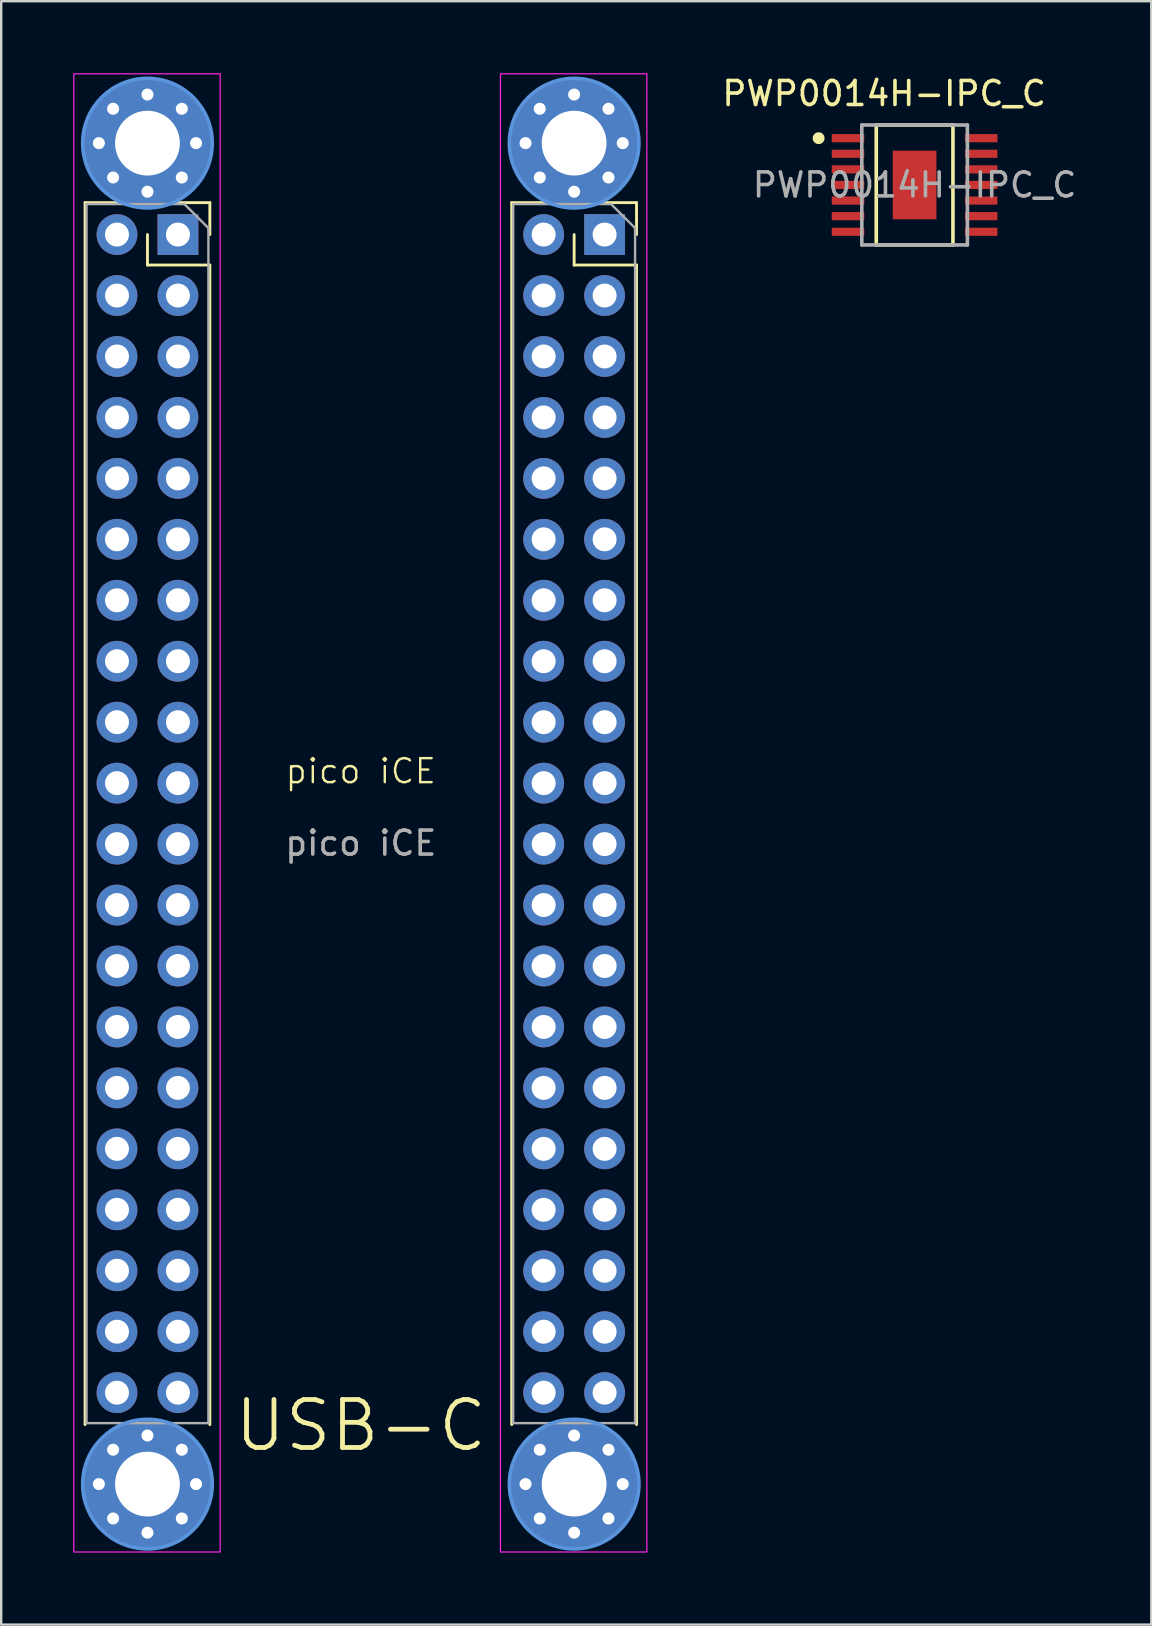
<source format=kicad_pcb>
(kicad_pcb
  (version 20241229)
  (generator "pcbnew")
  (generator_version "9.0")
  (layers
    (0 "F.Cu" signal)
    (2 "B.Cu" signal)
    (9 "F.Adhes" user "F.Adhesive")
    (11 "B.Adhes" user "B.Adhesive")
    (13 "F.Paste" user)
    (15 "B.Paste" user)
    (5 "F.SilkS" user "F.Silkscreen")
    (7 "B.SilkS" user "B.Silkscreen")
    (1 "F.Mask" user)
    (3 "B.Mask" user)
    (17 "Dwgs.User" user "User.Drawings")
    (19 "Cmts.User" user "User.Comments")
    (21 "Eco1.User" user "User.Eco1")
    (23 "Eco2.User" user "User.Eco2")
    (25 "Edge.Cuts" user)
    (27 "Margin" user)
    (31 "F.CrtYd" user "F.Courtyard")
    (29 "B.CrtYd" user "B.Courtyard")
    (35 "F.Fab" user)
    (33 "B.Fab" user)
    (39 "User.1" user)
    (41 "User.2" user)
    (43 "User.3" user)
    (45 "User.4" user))
  (footprint "PWP0014H-IPC_C"
    (layer "F.Cu")
    (at 35.063 4.658)
    (property "Reference" "PWP0014H-IPC_C" (at -1.27 -3.81 0) (unlocked yes) (layer "F.SilkS") (effects (font (size 1 1) (thickness 0.15))))
    (attr smd)
    (fp_line (start -1.598 -2.5) (end 1.598 -2.5) (stroke (width 0.15) (type solid)) (layer "F.SilkS"))
    (fp_line (start -1.598 2.5) (end -1.598 -2.5) (stroke (width 0.15) (type solid)) (layer "F.SilkS"))
    (fp_line (start -1.598 2.5) (end 1.598 2.5) (stroke (width 0.15) (type solid)) (layer "F.SilkS"))
    (fp_line (start 1.598 2.5) (end 1.598 -2.5) (stroke (width 0.15) (type solid)) (layer "F.SilkS"))
    (fp_circle (center -4 -1.95) (end -3.875 -1.95) (stroke (width 0.25) (type solid)) (fill no) (layer "F.SilkS"))
    (fp_poly (pts (xy -0.507 1.027) (xy 0.507 1.027) (xy 0.507 -1.027) (xy -0.507 -1.027)) (stroke (width 0) (type solid)) (fill yes) (layer "F.Paste"))
    (fp_line (start -2.2 -2.5) (end 2.2 -2.5) (stroke (width 0.15) (type solid)) (layer "F.Fab"))
    (fp_line (start -2.2 2.5) (end -2.2 -2.5) (stroke (width 0.15) (type solid)) (layer "F.Fab"))
    (fp_line (start -2.2 2.5) (end 2.2 2.5) (stroke (width 0.15) (type solid)) (layer "F.Fab"))
    (fp_line (start 2.2 2.5) (end 2.2 -2.5) (stroke (width 0.15) (type solid)) (layer "F.Fab"))
    (fp_text user "${REFERENCE}" (at 0 0 0) (unlocked yes) (layer "F.Fab") (effects (font (size 1 1) (thickness 0.15))))
    (pad "1" smd rect (at -2.775 -1.95) (size 1.355 0.341) (layers "F.Cu" "F.Mask" "F.Paste"))
    (pad "2" smd rect (at -2.775 -1.3) (size 1.355 0.341) (layers "F.Cu" "F.Mask" "F.Paste"))
    (pad "3" smd rect (at -2.775 -0.65) (size 1.355 0.341) (layers "F.Cu" "F.Mask" "F.Paste"))
    (pad "4" smd rect (at -2.775 0) (size 1.355 0.341) (layers "F.Cu" "F.Mask" "F.Paste"))
    (pad "5" smd rect (at -2.775 0.65) (size 1.355 0.341) (layers "F.Cu" "F.Mask" "F.Paste"))
    (pad "6" smd rect (at -2.775 1.3) (size 1.355 0.341) (layers "F.Cu" "F.Mask" "F.Paste"))
    (pad "7" smd rect (at -2.775 1.95) (size 1.355 0.341) (layers "F.Cu" "F.Mask" "F.Paste"))
    (pad "8" smd rect (at 2.775 1.95) (size 1.355 0.341) (layers "F.Cu" "F.Mask" "F.Paste"))
    (pad "9" smd rect (at 2.775 1.3) (size 1.355 0.341) (layers "F.Cu" "F.Mask" "F.Paste"))
    (pad "10" smd rect (at 2.775 0.65) (size 1.355 0.341) (layers "F.Cu" "F.Mask" "F.Paste"))
    (pad "11" smd rect (at 2.775 0) (size 1.355 0.341) (layers "F.Cu" "F.Mask" "F.Paste"))
    (pad "12" smd rect (at 2.775 -0.65) (size 1.355 0.341) (layers "F.Cu" "F.Mask" "F.Paste"))
    (pad "13" smd rect (at 2.775 -1.3) (size 1.355 0.341) (layers "F.Cu" "F.Mask" "F.Paste"))
    (pad "14" smd rect (at 2.775 -1.95) (size 1.355 0.341) (layers "F.Cu" "F.Mask" "F.Paste"))
    (pad "15" smd rect (at 0 0) (size 1.82 2.86) (layers "F.Cu" "F.Mask")))
  (footprint "pico iCE"
    (layer "F.Cu")
    (at 11.985 29.585)
    (property "Reference" "pico iCE" (at 0 -0.5 0) (unlocked yes) (layer "F.SilkS") (effects (font (size 1 1) (thickness 0.1))))
    (attr through_hole)
    (fp_line (start -11.49 -24.19) (end -11.49 26.73) (stroke (width 0.12) (type solid)) (layer "F.SilkS"))
    (fp_line (start -11.49 -24.19) (end -10.16 -24.19) (stroke (width 0.12) (type solid)) (layer "F.SilkS"))
    (fp_line (start -8.89 -22.86) (end -8.89 -21.59) (stroke (width 0.12) (type solid)) (layer "F.SilkS"))
    (fp_line (start -8.89 -21.59) (end -6.29 -21.59) (stroke (width 0.12) (type solid)) (layer "F.SilkS"))
    (fp_line (start -7.62 -24.19) (end -6.29 -24.19) (stroke (width 0.12) (type solid)) (layer "F.SilkS"))
    (fp_line (start -6.29 -24.19) (end -6.29 -22.86) (stroke (width 0.12) (type solid)) (layer "F.SilkS"))
    (fp_line (start -6.29 -21.59) (end -6.29 26.73) (stroke (width 0.12) (type solid)) (layer "F.SilkS"))
    (fp_line (start 6.29 -24.19) (end 6.29 26.73) (stroke (width 0.12) (type solid)) (layer "F.SilkS"))
    (fp_line (start 6.29 -24.19) (end 7.62 -24.19) (stroke (width 0.12) (type solid)) (layer "F.SilkS"))
    (fp_line (start 8.89 -22.86) (end 8.89 -21.59) (stroke (width 0.12) (type solid)) (layer "F.SilkS"))
    (fp_line (start 8.89 -21.59) (end 11.49 -21.59) (stroke (width 0.12) (type solid)) (layer "F.SilkS"))
    (fp_line (start 10.16 -24.19) (end 11.49 -24.19) (stroke (width 0.12) (type solid)) (layer "F.SilkS"))
    (fp_line (start 11.49 -24.19) (end 11.49 -22.86) (stroke (width 0.12) (type solid)) (layer "F.SilkS"))
    (fp_line (start 11.49 -21.59) (end 11.49 26.73) (stroke (width 0.12) (type solid)) (layer "F.SilkS"))
    (fp_circle (center -8.89 -26.67) (end -6.19 -26.67) (stroke (width 0.15) (type solid)) (fill no) (layer "Cmts.User"))
    (fp_circle (center -8.89 29.21) (end -6.19 29.21) (stroke (width 0.15) (type solid)) (fill no) (layer "Cmts.User"))
    (fp_circle (center 8.89 -26.67) (end 11.59 -26.67) (stroke (width 0.15) (type solid)) (fill no) (layer "Cmts.User"))
    (fp_circle (center 8.89 29.21) (end 11.59 29.21) (stroke (width 0.15) (type solid)) (fill no) (layer "Cmts.User"))
    (fp_rect (start -11.96 -29.56) (end -5.86 32.04) (stroke (width 0.05) (type default)) (fill no) (layer "F.CrtYd"))
    (fp_rect (start 5.82 -29.56) (end 11.92 32.04) (stroke (width 0.05) (type default)) (fill no) (layer "F.CrtYd"))
    (fp_line (start -11.43 -24.13) (end -7.35 -24.13) (stroke (width 0.1) (type solid)) (layer "F.Fab"))
    (fp_line (start -11.43 26.67) (end -11.43 -24.13) (stroke (width 0.1) (type solid)) (layer "F.Fab"))
    (fp_line (start -7.35 -24.13) (end -6.35 -23.13) (stroke (width 0.1) (type solid)) (layer "F.Fab"))
    (fp_line (start -6.35 -23.13) (end -6.35 26.67) (stroke (width 0.1) (type solid)) (layer "F.Fab"))
    (fp_line (start -6.35 26.67) (end -11.43 26.67) (stroke (width 0.1) (type solid)) (layer "F.Fab"))
    (fp_line (start 6.35 -24.13) (end 10.43 -24.13) (stroke (width 0.1) (type solid)) (layer "F.Fab"))
    (fp_line (start 6.35 26.67) (end 6.35 -24.13) (stroke (width 0.1) (type solid)) (layer "F.Fab"))
    (fp_line (start 10.43 -24.13) (end 11.43 -23.13) (stroke (width 0.1) (type solid)) (layer "F.Fab"))
    (fp_line (start 11.43 -23.13) (end 11.43 26.67) (stroke (width 0.1) (type solid)) (layer "F.Fab"))
    (fp_line (start 11.43 26.67) (end 6.35 26.67) (stroke (width 0.1) (type solid)) (layer "F.Fab"))
    (fp_text user "USB-C" (at 0 27.94 0) (unlocked yes) (layer "F.SilkS") (effects (font (size 2 2) (thickness 0.2) (bold yes)) (justify bottom)))
    (fp_text user "${REFERENCE}" (at 0 2.5 0) (unlocked yes) (layer "F.Fab") (effects (font (size 1 1) (thickness 0.15))))
    (pad "1" thru_hole rect (at 10.16 -22.86) (size 1.7 1.7) (drill 1) (layers "*.Cu" "*.Mask"))
    (pad "2" thru_hole oval (at 7.62 -22.86) (size 1.7 1.7) (drill 1) (layers "*.Cu" "*.Mask"))
    (pad "3" thru_hole oval (at 10.16 -20.32) (size 1.7 1.7) (drill 1) (layers "*.Cu" "*.Mask"))
    (pad "4" thru_hole circle (at -10.915 -26.67) (size 0.8 0.8) (drill 0.5) (layers "*.Cu" "*.Mask"))
    (pad "4" thru_hole circle (at -10.915 29.21) (size 0.8 0.8) (drill 0.5) (layers "*.Cu" "*.Mask"))
    (pad "4" thru_hole circle (at -10.322 -28.102) (size 0.8 0.8) (drill 0.5) (layers "*.Cu" "*.Mask"))
    (pad "4" thru_hole circle (at -10.322 -25.238) (size 0.8 0.8) (drill 0.5) (layers "*.Cu" "*.Mask"))
    (pad "4" thru_hole circle (at -10.322 27.778) (size 0.8 0.8) (drill 0.5) (layers "*.Cu" "*.Mask"))
    (pad "4" thru_hole circle (at -10.322 30.642) (size 0.8 0.8) (drill 0.5) (layers "*.Cu" "*.Mask"))
    (pad "4" thru_hole circle (at -8.89 -28.695) (size 0.8 0.8) (drill 0.5) (layers "*.Cu" "*.Mask"))
    (pad "4" thru_hole circle (at -8.89 -26.67) (size 5.4 5.4) (drill 2.7) (layers "*.Cu" "*.Mask"))
    (pad "4" thru_hole circle (at -8.89 -24.645) (size 0.8 0.8) (drill 0.5) (layers "*.Cu" "*.Mask"))
    (pad "4" thru_hole circle (at -8.89 27.185) (size 0.8 0.8) (drill 0.5) (layers "*.Cu" "*.Mask"))
    (pad "4" thru_hole circle (at -8.89 29.21) (size 5.4 5.4) (drill 2.7) (layers "*.Cu" "*.Mask"))
    (pad "4" thru_hole circle (at -8.89 31.235) (size 0.8 0.8) (drill 0.5) (layers "*.Cu" "*.Mask"))
    (pad "4" thru_hole circle (at -7.458 -28.102) (size 0.8 0.8) (drill 0.5) (layers "*.Cu" "*.Mask"))
    (pad "4" thru_hole circle (at -7.458 -25.238) (size 0.8 0.8) (drill 0.5) (layers "*.Cu" "*.Mask"))
    (pad "4" thru_hole circle (at -7.458 27.778) (size 0.8 0.8) (drill 0.5) (layers "*.Cu" "*.Mask"))
    (pad "4" thru_hole circle (at -7.458 30.642) (size 0.8 0.8) (drill 0.5) (layers "*.Cu" "*.Mask"))
    (pad "4" thru_hole circle (at -6.865 -26.67) (size 0.8 0.8) (drill 0.5) (layers "*.Cu" "*.Mask"))
    (pad "4" thru_hole circle (at -6.865 29.21) (size 0.8 0.8) (drill 0.5) (layers "*.Cu" "*.Mask"))
    (pad "4" thru_hole circle (at 6.865 -26.67) (size 0.8 0.8) (drill 0.5) (layers "*.Cu" "*.Mask"))
    (pad "4" thru_hole circle (at 6.865 29.21) (size 0.8 0.8) (drill 0.5) (layers "*.Cu" "*.Mask"))
    (pad "4" thru_hole circle (at 7.458 -28.102) (size 0.8 0.8) (drill 0.5) (layers "*.Cu" "*.Mask"))
    (pad "4" thru_hole circle (at 7.458 -25.238) (size 0.8 0.8) (drill 0.5) (layers "*.Cu" "*.Mask"))
    (pad "4" thru_hole circle (at 7.458 27.778) (size 0.8 0.8) (drill 0.5) (layers "*.Cu" "*.Mask"))
    (pad "4" thru_hole circle (at 7.458 30.642) (size 0.8 0.8) (drill 0.5) (layers "*.Cu" "*.Mask"))
    (pad "4" thru_hole oval (at 7.62 -20.32) (size 1.7 1.7) (drill 1) (layers "*.Cu" "*.Mask"))
    (pad "4" thru_hole circle (at 8.89 -28.695) (size 0.8 0.8) (drill 0.5) (layers "*.Cu" "*.Mask"))
    (pad "4" thru_hole circle (at 8.89 -26.67) (size 5.4 5.4) (drill 2.7) (layers "*.Cu" "*.Mask"))
    (pad "4" thru_hole circle (at 8.89 -24.645) (size 0.8 0.8) (drill 0.5) (layers "*.Cu" "*.Mask"))
    (pad "4" thru_hole circle (at 8.89 27.185) (size 0.8 0.8) (drill 0.5) (layers "*.Cu" "*.Mask"))
    (pad "4" thru_hole circle (at 8.89 29.21) (size 5.4 5.4) (drill 2.7) (layers "*.Cu" "*.Mask"))
    (pad "4" thru_hole circle (at 8.89 31.235) (size 0.8 0.8) (drill 0.5) (layers "*.Cu" "*.Mask"))
    (pad "4" thru_hole circle (at 10.322 -28.102) (size 0.8 0.8) (drill 0.5) (layers "*.Cu" "*.Mask"))
    (pad "4" thru_hole circle (at 10.322 -25.238) (size 0.8 0.8) (drill 0.5) (layers "*.Cu" "*.Mask"))
    (pad "4" thru_hole circle (at 10.322 27.778) (size 0.8 0.8) (drill 0.5) (layers "*.Cu" "*.Mask"))
    (pad "4" thru_hole circle (at 10.322 30.642) (size 0.8 0.8) (drill 0.5) (layers "*.Cu" "*.Mask"))
    (pad "4" thru_hole circle (at 10.915 -26.67) (size 0.8 0.8) (drill 0.5) (layers "*.Cu" "*.Mask"))
    (pad "4" thru_hole circle (at 10.915 29.21) (size 0.8 0.8) (drill 0.5) (layers "*.Cu" "*.Mask"))
    (pad "5" thru_hole oval (at 10.16 -17.78) (size 1.7 1.7) (drill 1) (layers "*.Cu" "*.Mask"))
    (pad "6" thru_hole oval (at 7.62 -17.78) (size 1.7 1.7) (drill 1) (layers "*.Cu" "*.Mask"))
    (pad "7" thru_hole oval (at 10.16 -15.24) (size 1.7 1.7) (drill 1) (layers "*.Cu" "*.Mask"))
    (pad "8" thru_hole oval (at 7.62 -15.24) (size 1.7 1.7) (drill 1) (layers "*.Cu" "*.Mask"))
    (pad "9" thru_hole oval (at 10.16 -12.7) (size 1.7 1.7) (drill 1) (layers "*.Cu" "*.Mask"))
    (pad "10" thru_hole oval (at 7.62 -12.7) (size 1.7 1.7) (drill 1) (layers "*.Cu" "*.Mask"))
    (pad "11" thru_hole oval (at 10.16 -10.16) (size 1.7 1.7) (drill 1) (layers "*.Cu" "*.Mask"))
    (pad "12" thru_hole oval (at 7.62 -10.16) (size 1.7 1.7) (drill 1) (layers "*.Cu" "*.Mask"))
    (pad "13" thru_hole oval (at 10.16 -7.62) (size 1.7 1.7) (drill 1) (layers "*.Cu" "*.Mask"))
    (pad "14" thru_hole oval (at 7.62 -7.62) (size 1.7 1.7) (drill 1) (layers "*.Cu" "*.Mask"))
    (pad "15" thru_hole oval (at 10.16 -5.08) (size 1.7 1.7) (drill 1) (layers "*.Cu" "*.Mask"))
    (pad "16" thru_hole oval (at 7.62 -5.08) (size 1.7 1.7) (drill 1) (layers "*.Cu" "*.Mask"))
    (pad "17" thru_hole oval (at 10.16 -2.54) (size 1.7 1.7) (drill 1) (layers "*.Cu" "*.Mask"))
    (pad "18" thru_hole oval (at 7.62 -2.54) (size 1.7 1.7) (drill 1) (layers "*.Cu" "*.Mask"))
    (pad "19" thru_hole oval (at 10.16 0) (size 1.7 1.7) (drill 1) (layers "*.Cu" "*.Mask"))
    (pad "20" thru_hole oval (at 7.62 0) (size 1.7 1.7) (drill 1) (layers "*.Cu" "*.Mask"))
    (pad "21" thru_hole oval (at 10.16 2.54) (size 1.7 1.7) (drill 1) (layers "*.Cu" "*.Mask"))
    (pad "22" thru_hole oval (at 7.62 2.54) (size 1.7 1.7) (drill 1) (layers "*.Cu" "*.Mask"))
    (pad "23" thru_hole oval (at 10.16 5.08) (size 1.7 1.7) (drill 1) (layers "*.Cu" "*.Mask"))
    (pad "24" thru_hole oval (at 7.62 5.08) (size 1.7 1.7) (drill 1) (layers "*.Cu" "*.Mask"))
    (pad "25" thru_hole oval (at 10.16 7.62) (size 1.7 1.7) (drill 1) (layers "*.Cu" "*.Mask"))
    (pad "26" thru_hole oval (at 7.62 7.62) (size 1.7 1.7) (drill 1) (layers "*.Cu" "*.Mask"))
    (pad "27" thru_hole oval (at 10.16 10.16) (size 1.7 1.7) (drill 1) (layers "*.Cu" "*.Mask"))
    (pad "28" thru_hole oval (at 7.62 10.16) (size 1.7 1.7) (drill 1) (layers "*.Cu" "*.Mask"))
    (pad "29" thru_hole oval (at 10.16 12.7) (size 1.7 1.7) (drill 1) (layers "*.Cu" "*.Mask"))
    (pad "30" thru_hole oval (at 7.62 12.7) (size 1.7 1.7) (drill 1) (layers "*.Cu" "*.Mask"))
    (pad "31" thru_hole oval (at 10.16 15.24) (size 1.7 1.7) (drill 1) (layers "*.Cu" "*.Mask"))
    (pad "32" thru_hole oval (at 7.62 15.24) (size 1.7 1.7) (drill 1) (layers "*.Cu" "*.Mask"))
    (pad "33" thru_hole oval (at 10.16 17.78) (size 1.7 1.7) (drill 1) (layers "*.Cu" "*.Mask"))
    (pad "34" thru_hole oval (at 7.62 17.78) (size 1.7 1.7) (drill 1) (layers "*.Cu" "*.Mask"))
    (pad "35" thru_hole oval (at 10.16 20.32) (size 1.7 1.7) (drill 1) (layers "*.Cu" "*.Mask"))
    (pad "36" thru_hole oval (at 7.62 20.32) (size 1.7 1.7) (drill 1) (layers "*.Cu" "*.Mask"))
    (pad "37" thru_hole oval (at 10.16 22.86) (size 1.7 1.7) (drill 1) (layers "*.Cu" "*.Mask"))
    (pad "38" thru_hole oval (at 7.62 22.86) (size 1.7 1.7) (drill 1) (layers "*.Cu" "*.Mask"))
    (pad "39" thru_hole oval (at 10.16 25.4) (size 1.7 1.7) (drill 1) (layers "*.Cu" "*.Mask"))
    (pad "40" thru_hole oval (at 7.62 25.4) (size 1.7 1.7) (drill 1) (layers "*.Cu" "*.Mask"))
    (pad "41" thru_hole rect (at -7.62 -22.86) (size 1.7 1.7) (drill 1) (layers "*.Cu" "*.Mask"))
    (pad "42" thru_hole oval (at -10.16 -22.86) (size 1.7 1.7) (drill 1) (layers "*.Cu" "*.Mask"))
    (pad "43" thru_hole oval (at -7.62 -20.32) (size 1.7 1.7) (drill 1) (layers "*.Cu" "*.Mask"))
    (pad "44" thru_hole oval (at -10.16 -20.32) (size 1.7 1.7) (drill 1) (layers "*.Cu" "*.Mask"))
    (pad "45" thru_hole oval (at -7.62 -17.78) (size 1.7 1.7) (drill 1) (layers "*.Cu" "*.Mask"))
    (pad "46" thru_hole oval (at -10.16 -17.78) (size 1.7 1.7) (drill 1) (layers "*.Cu" "*.Mask"))
    (pad "47" thru_hole oval (at -7.62 -15.24) (size 1.7 1.7) (drill 1) (layers "*.Cu" "*.Mask"))
    (pad "48" thru_hole oval (at -10.16 -15.24) (size 1.7 1.7) (drill 1) (layers "*.Cu" "*.Mask"))
    (pad "49" thru_hole oval (at -7.62 -12.7) (size 1.7 1.7) (drill 1) (layers "*.Cu" "*.Mask"))
    (pad "50" thru_hole oval (at -10.16 -12.7) (size 1.7 1.7) (drill 1) (layers "*.Cu" "*.Mask"))
    (pad "51" thru_hole oval (at -7.62 -10.16) (size 1.7 1.7) (drill 1) (layers "*.Cu" "*.Mask"))
    (pad "52" thru_hole oval (at -10.16 -10.16) (size 1.7 1.7) (drill 1) (layers "*.Cu" "*.Mask"))
    (pad "53" thru_hole oval (at -7.62 -7.62) (size 1.7 1.7) (drill 1) (layers "*.Cu" "*.Mask"))
    (pad "54" thru_hole oval (at -10.16 -7.62) (size 1.7 1.7) (drill 1) (layers "*.Cu" "*.Mask"))
    (pad "55" thru_hole oval (at -7.62 -5.08) (size 1.7 1.7) (drill 1) (layers "*.Cu" "*.Mask"))
    (pad "56" thru_hole oval (at -10.16 -5.08) (size 1.7 1.7) (drill 1) (layers "*.Cu" "*.Mask"))
    (pad "57" thru_hole oval (at -7.62 -2.54) (size 1.7 1.7) (drill 1) (layers "*.Cu" "*.Mask"))
    (pad "58" thru_hole oval (at -10.16 -2.54) (size 1.7 1.7) (drill 1) (layers "*.Cu" "*.Mask"))
    (pad "59" thru_hole oval (at -7.62 0) (size 1.7 1.7) (drill 1) (layers "*.Cu" "*.Mask"))
    (pad "60" thru_hole oval (at -10.16 0) (size 1.7 1.7) (drill 1) (layers "*.Cu" "*.Mask"))
    (pad "61" thru_hole oval (at -7.62 2.54) (size 1.7 1.7) (drill 1) (layers "*.Cu" "*.Mask"))
    (pad "62" thru_hole oval (at -10.16 2.54) (size 1.7 1.7) (drill 1) (layers "*.Cu" "*.Mask"))
    (pad "63" thru_hole oval (at -7.62 5.08) (size 1.7 1.7) (drill 1) (layers "*.Cu" "*.Mask"))
    (pad "64" thru_hole oval (at -10.16 5.08) (size 1.7 1.7) (drill 1) (layers "*.Cu" "*.Mask"))
    (pad "65" thru_hole oval (at -7.62 7.62) (size 1.7 1.7) (drill 1) (layers "*.Cu" "*.Mask"))
    (pad "66" thru_hole oval (at -10.16 7.62) (size 1.7 1.7) (drill 1) (layers "*.Cu" "*.Mask"))
    (pad "67" thru_hole oval (at -7.62 10.16) (size 1.7 1.7) (drill 1) (layers "*.Cu" "*.Mask"))
    (pad "68" thru_hole oval (at -10.16 10.16) (size 1.7 1.7) (drill 1) (layers "*.Cu" "*.Mask"))
    (pad "69" thru_hole oval (at -7.62 12.7) (size 1.7 1.7) (drill 1) (layers "*.Cu" "*.Mask"))
    (pad "70" thru_hole oval (at -10.16 12.7) (size 1.7 1.7) (drill 1) (layers "*.Cu" "*.Mask"))
    (pad "71" thru_hole oval (at -7.62 15.24) (size 1.7 1.7) (drill 1) (layers "*.Cu" "*.Mask"))
    (pad "72" thru_hole oval (at -10.16 15.24) (size 1.7 1.7) (drill 1) (layers "*.Cu" "*.Mask"))
    (pad "73" thru_hole oval (at -7.62 17.78) (size 1.7 1.7) (drill 1) (layers "*.Cu" "*.Mask"))
    (pad "74" thru_hole oval (at -10.16 17.78) (size 1.7 1.7) (drill 1) (layers "*.Cu" "*.Mask"))
    (pad "75" thru_hole oval (at -7.62 20.32) (size 1.7 1.7) (drill 1) (layers "*.Cu" "*.Mask"))
    (pad "76" thru_hole oval (at -10.16 20.32) (size 1.7 1.7) (drill 1) (layers "*.Cu" "*.Mask"))
    (pad "77" thru_hole oval (at -7.62 22.86) (size 1.7 1.7) (drill 1) (layers "*.Cu" "*.Mask"))
    (pad "78" thru_hole oval (at -10.16 22.86) (size 1.7 1.7) (drill 1) (layers "*.Cu" "*.Mask"))
    (pad "79" thru_hole oval (at -7.62 25.4) (size 1.7 1.7) (drill 1) (layers "*.Cu" "*.Mask"))
    (pad "80" thru_hole oval (at -10.16 25.4) (size 1.7 1.7) (drill 1) (layers "*.Cu" "*.Mask")))
  (gr_rect
    (start -3 -3)
    (end 44.926 64.65)
    (stroke (width 0.1) (type default))
    (fill no)
    (layer "Edge.Cuts")))
</source>
